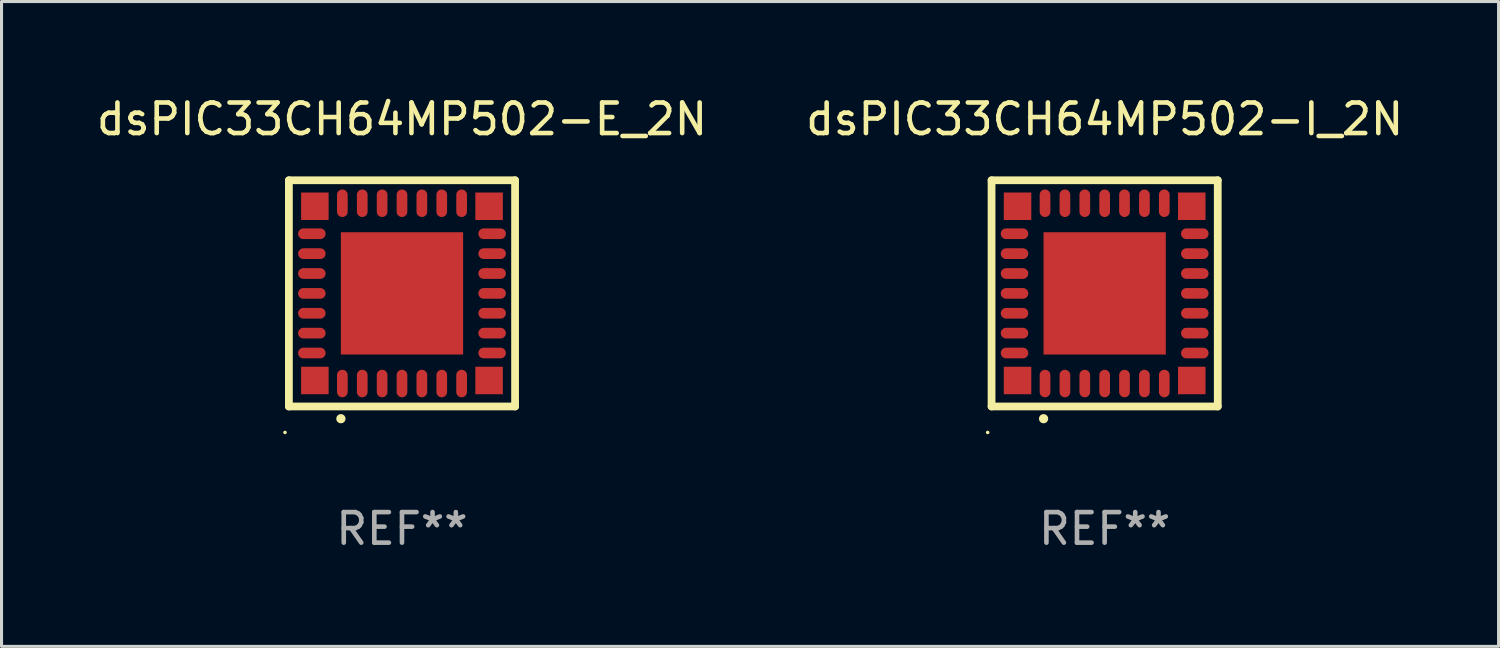
<source format=kicad_pcb>
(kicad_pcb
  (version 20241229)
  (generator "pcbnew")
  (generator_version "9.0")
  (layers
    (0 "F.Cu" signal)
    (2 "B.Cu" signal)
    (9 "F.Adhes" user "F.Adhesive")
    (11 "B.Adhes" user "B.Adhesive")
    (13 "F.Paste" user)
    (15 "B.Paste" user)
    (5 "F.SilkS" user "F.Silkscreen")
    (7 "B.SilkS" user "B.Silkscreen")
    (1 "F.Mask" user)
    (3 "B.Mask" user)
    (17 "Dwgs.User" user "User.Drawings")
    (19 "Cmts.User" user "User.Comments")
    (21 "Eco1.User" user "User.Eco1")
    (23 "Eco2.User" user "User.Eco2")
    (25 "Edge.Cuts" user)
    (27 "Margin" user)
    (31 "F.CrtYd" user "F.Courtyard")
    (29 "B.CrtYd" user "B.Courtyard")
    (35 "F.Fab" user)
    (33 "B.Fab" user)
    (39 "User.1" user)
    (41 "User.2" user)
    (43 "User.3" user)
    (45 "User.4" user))
  (footprint "dsPIC33CH64MP502-E_2N"
    (layer "F.Cu")
    (at 10.101 6.548)
    (property "Reference" "dsPIC33CH64MP502-E_2N" (at 0 -5.7 0) (layer "F.SilkS") (effects (font (size 1 1) (thickness 0.15))))
    (attr through_hole)
    (fp_line (start -3.7 -3.7) (end 3.7 -3.7) (stroke (width 0.254) (type solid)) (layer "F.SilkS"))
    (fp_line (start -3.7 3.7) (end -3.7 -3.7) (stroke (width 0.254) (type solid)) (layer "F.SilkS"))
    (fp_line (start 3.7 -3.7) (end 3.7 3.7) (stroke (width 0.254) (type solid)) (layer "F.SilkS"))
    (fp_line (start 3.7 3.7) (end -3.7 3.7) (stroke (width 0.254) (type solid)) (layer "F.SilkS"))
    (fp_arc (start -2 4.1) (mid -1.99873 4.099995) (end -1.99746 4.1) (stroke (width 0.3) (type solid)) (layer "F.SilkS"))
    (fp_circle (center -3.827 4.55) (end -3.797 4.55) (stroke (width 0.06) (type solid)) (fill no) (layer "F.SilkS"))
    (fp_text user "REF**" (at 0 7.7 0) (layer "F.Fab") (effects (font (size 1 1) (thickness 0.15))))
    (pad "1" smd oval (at -1.951 2.949 180) (size 0.35 0.9) (layers "F.Cu" "F.Mask" "F.Paste"))
    (pad "2" smd oval (at -1.3 2.949 180) (size 0.35 0.9) (layers "F.Cu" "F.Mask" "F.Paste"))
    (pad "3" smd oval (at -0.65 2.949 180) (size 0.35 0.9) (layers "F.Cu" "F.Mask" "F.Paste"))
    (pad "4" smd oval (at 0.000051 2.949 180) (size 0.35 0.9) (layers "F.Cu" "F.Mask" "F.Paste"))
    (pad "5" smd oval (at 0.65 2.949 180) (size 0.35 0.9) (layers "F.Cu" "F.Mask" "F.Paste"))
    (pad "6" smd oval (at 1.301 2.949 180) (size 0.35 0.9) (layers "F.Cu" "F.Mask" "F.Paste"))
    (pad "7" smd oval (at 1.951 2.949 180) (size 0.35 0.9) (layers "F.Cu" "F.Mask" "F.Paste"))
    (pad "8" smd oval (at 2.949 1.951 90) (size 0.35 0.9) (layers "F.Cu" "F.Mask" "F.Paste"))
    (pad "9" smd oval (at 2.949 1.301 90) (size 0.35 0.9) (layers "F.Cu" "F.Mask" "F.Paste"))
    (pad "10" smd oval (at 2.949 0.65 90) (size 0.35 0.9) (layers "F.Cu" "F.Mask" "F.Paste"))
    (pad "11" smd oval (at 2.949 0.000051 90) (size 0.35 0.9) (layers "F.Cu" "F.Mask" "F.Paste"))
    (pad "12" smd oval (at 2.949 -0.65 90) (size 0.35 0.9) (layers "F.Cu" "F.Mask" "F.Paste"))
    (pad "13" smd oval (at 2.949 -1.3 90) (size 0.35 0.9) (layers "F.Cu" "F.Mask" "F.Paste"))
    (pad "14" smd oval (at 2.949 -1.951 90) (size 0.35 0.9) (layers "F.Cu" "F.Mask" "F.Paste"))
    (pad "15" smd oval (at 1.951 -2.949 180) (size 0.35 0.9) (layers "F.Cu" "F.Mask" "F.Paste"))
    (pad "16" smd oval (at 1.301 -2.949 180) (size 0.35 0.9) (layers "F.Cu" "F.Mask" "F.Paste"))
    (pad "17" smd oval (at 0.65 -2.949 180) (size 0.35 0.9) (layers "F.Cu" "F.Mask" "F.Paste"))
    (pad "18" smd oval (at 0.000051 -2.949 180) (size 0.35 0.9) (layers "F.Cu" "F.Mask" "F.Paste"))
    (pad "19" smd oval (at -0.65 -2.949 180) (size 0.35 0.9) (layers "F.Cu" "F.Mask" "F.Paste"))
    (pad "20" smd oval (at -1.3 -2.949 180) (size 0.35 0.9) (layers "F.Cu" "F.Mask" "F.Paste"))
    (pad "21" smd oval (at -1.951 -2.949 180) (size 0.35 0.9) (layers "F.Cu" "F.Mask" "F.Paste"))
    (pad "22" smd oval (at -2.949 -1.951 90) (size 0.35 0.9) (layers "F.Cu" "F.Mask" "F.Paste"))
    (pad "23" smd oval (at -2.949 -1.3 90) (size 0.35 0.9) (layers "F.Cu" "F.Mask" "F.Paste"))
    (pad "24" smd oval (at -2.949 -0.65 90) (size 0.35 0.9) (layers "F.Cu" "F.Mask" "F.Paste"))
    (pad "25" smd oval (at -2.949 0.000051 90) (size 0.35 0.9) (layers "F.Cu" "F.Mask" "F.Paste"))
    (pad "26" smd oval (at -2.949 0.65 90) (size 0.35 0.9) (layers "F.Cu" "F.Mask" "F.Paste"))
    (pad "27" smd oval (at -2.949 1.301 90) (size 0.35 0.9) (layers "F.Cu" "F.Mask" "F.Paste"))
    (pad "28" smd oval (at -2.949 1.951 90) (size 0.35 0.9) (layers "F.Cu" "F.Mask" "F.Paste"))
    (pad "29" smd rect (at -2.85 -2.85 90) (size 0.9 0.9) (layers "F.Cu" "F.Mask" "F.Paste"))
    (pad "29" smd rect (at -2.85 2.85 90) (size 0.9 0.9) (layers "F.Cu" "F.Mask" "F.Paste"))
    (pad "29" smd rect (at 0.000051 0.000051 90) (size 4 4) (layers "F.Cu" "F.Mask" "F.Paste"))
    (pad "29" smd rect (at 2.85 -2.85 90) (size 0.9 0.9) (layers "F.Cu" "F.Mask" "F.Paste"))
    (pad "29" smd rect (at 2.85 2.85 90) (size 0.9 0.9) (layers "F.Cu" "F.Mask" "F.Paste")))
  (footprint "dsPIC33CH64MP502-I_2N"
    (layer "F.Cu")
    (at 33.089 6.548)
    (property "Reference" "dsPIC33CH64MP502-I_2N" (at 0 -5.7 0) (layer "F.SilkS") (effects (font (size 1 1) (thickness 0.15))))
    (attr through_hole)
    (fp_line (start -3.7 -3.7) (end 3.7 -3.7) (stroke (width 0.254) (type solid)) (layer "F.SilkS"))
    (fp_line (start -3.7 3.7) (end -3.7 -3.7) (stroke (width 0.254) (type solid)) (layer "F.SilkS"))
    (fp_line (start 3.7 -3.7) (end 3.7 3.7) (stroke (width 0.254) (type solid)) (layer "F.SilkS"))
    (fp_line (start 3.7 3.7) (end -3.7 3.7) (stroke (width 0.254) (type solid)) (layer "F.SilkS"))
    (fp_arc (start -2 4.1) (mid -1.99873 4.099995) (end -1.99746 4.1) (stroke (width 0.3) (type solid)) (layer "F.SilkS"))
    (fp_circle (center -3.827 4.55) (end -3.797 4.55) (stroke (width 0.06) (type solid)) (fill no) (layer "F.SilkS"))
    (fp_text user "REF**" (at 0 7.7 0) (layer "F.Fab") (effects (font (size 1 1) (thickness 0.15))))
    (pad "1" smd oval (at -1.951 2.949 180) (size 0.35 0.9) (layers "F.Cu" "F.Mask" "F.Paste"))
    (pad "2" smd oval (at -1.3 2.949 180) (size 0.35 0.9) (layers "F.Cu" "F.Mask" "F.Paste"))
    (pad "3" smd oval (at -0.65 2.949 180) (size 0.35 0.9) (layers "F.Cu" "F.Mask" "F.Paste"))
    (pad "4" smd oval (at 0.000051 2.949 180) (size 0.35 0.9) (layers "F.Cu" "F.Mask" "F.Paste"))
    (pad "5" smd oval (at 0.65 2.949 180) (size 0.35 0.9) (layers "F.Cu" "F.Mask" "F.Paste"))
    (pad "6" smd oval (at 1.301 2.949 180) (size 0.35 0.9) (layers "F.Cu" "F.Mask" "F.Paste"))
    (pad "7" smd oval (at 1.951 2.949 180) (size 0.35 0.9) (layers "F.Cu" "F.Mask" "F.Paste"))
    (pad "8" smd oval (at 2.949 1.951 90) (size 0.35 0.9) (layers "F.Cu" "F.Mask" "F.Paste"))
    (pad "9" smd oval (at 2.949 1.301 90) (size 0.35 0.9) (layers "F.Cu" "F.Mask" "F.Paste"))
    (pad "10" smd oval (at 2.949 0.65 90) (size 0.35 0.9) (layers "F.Cu" "F.Mask" "F.Paste"))
    (pad "11" smd oval (at 2.949 0.000051 90) (size 0.35 0.9) (layers "F.Cu" "F.Mask" "F.Paste"))
    (pad "12" smd oval (at 2.949 -0.65 90) (size 0.35 0.9) (layers "F.Cu" "F.Mask" "F.Paste"))
    (pad "13" smd oval (at 2.949 -1.3 90) (size 0.35 0.9) (layers "F.Cu" "F.Mask" "F.Paste"))
    (pad "14" smd oval (at 2.949 -1.951 90) (size 0.35 0.9) (layers "F.Cu" "F.Mask" "F.Paste"))
    (pad "15" smd oval (at 1.951 -2.949 180) (size 0.35 0.9) (layers "F.Cu" "F.Mask" "F.Paste"))
    (pad "16" smd oval (at 1.301 -2.949 180) (size 0.35 0.9) (layers "F.Cu" "F.Mask" "F.Paste"))
    (pad "17" smd oval (at 0.65 -2.949 180) (size 0.35 0.9) (layers "F.Cu" "F.Mask" "F.Paste"))
    (pad "18" smd oval (at 0.000051 -2.949 180) (size 0.35 0.9) (layers "F.Cu" "F.Mask" "F.Paste"))
    (pad "19" smd oval (at -0.65 -2.949 180) (size 0.35 0.9) (layers "F.Cu" "F.Mask" "F.Paste"))
    (pad "20" smd oval (at -1.3 -2.949 180) (size 0.35 0.9) (layers "F.Cu" "F.Mask" "F.Paste"))
    (pad "21" smd oval (at -1.951 -2.949 180) (size 0.35 0.9) (layers "F.Cu" "F.Mask" "F.Paste"))
    (pad "22" smd oval (at -2.949 -1.951 90) (size 0.35 0.9) (layers "F.Cu" "F.Mask" "F.Paste"))
    (pad "23" smd oval (at -2.949 -1.3 90) (size 0.35 0.9) (layers "F.Cu" "F.Mask" "F.Paste"))
    (pad "24" smd oval (at -2.949 -0.65 90) (size 0.35 0.9) (layers "F.Cu" "F.Mask" "F.Paste"))
    (pad "25" smd oval (at -2.949 0.000051 90) (size 0.35 0.9) (layers "F.Cu" "F.Mask" "F.Paste"))
    (pad "26" smd oval (at -2.949 0.65 90) (size 0.35 0.9) (layers "F.Cu" "F.Mask" "F.Paste"))
    (pad "27" smd oval (at -2.949 1.301 90) (size 0.35 0.9) (layers "F.Cu" "F.Mask" "F.Paste"))
    (pad "28" smd oval (at -2.949 1.951 90) (size 0.35 0.9) (layers "F.Cu" "F.Mask" "F.Paste"))
    (pad "29" smd rect (at -2.85 -2.85 90) (size 0.9 0.9) (layers "F.Cu" "F.Mask" "F.Paste"))
    (pad "29" smd rect (at -2.85 2.85 90) (size 0.9 0.9) (layers "F.Cu" "F.Mask" "F.Paste"))
    (pad "29" smd rect (at 0.000051 0.000051 90) (size 4 4) (layers "F.Cu" "F.Mask" "F.Paste"))
    (pad "29" smd rect (at 2.85 -2.85 90) (size 0.9 0.9) (layers "F.Cu" "F.Mask" "F.Paste"))
    (pad "29" smd rect (at 2.85 2.85 90) (size 0.9 0.9) (layers "F.Cu" "F.Mask" "F.Paste")))
  (gr_rect
    (start -3 -3)
    (end 45.976 18.096)
    (stroke (width 0.1) (type default))
    (fill no)
    (layer "Edge.Cuts")))
</source>
